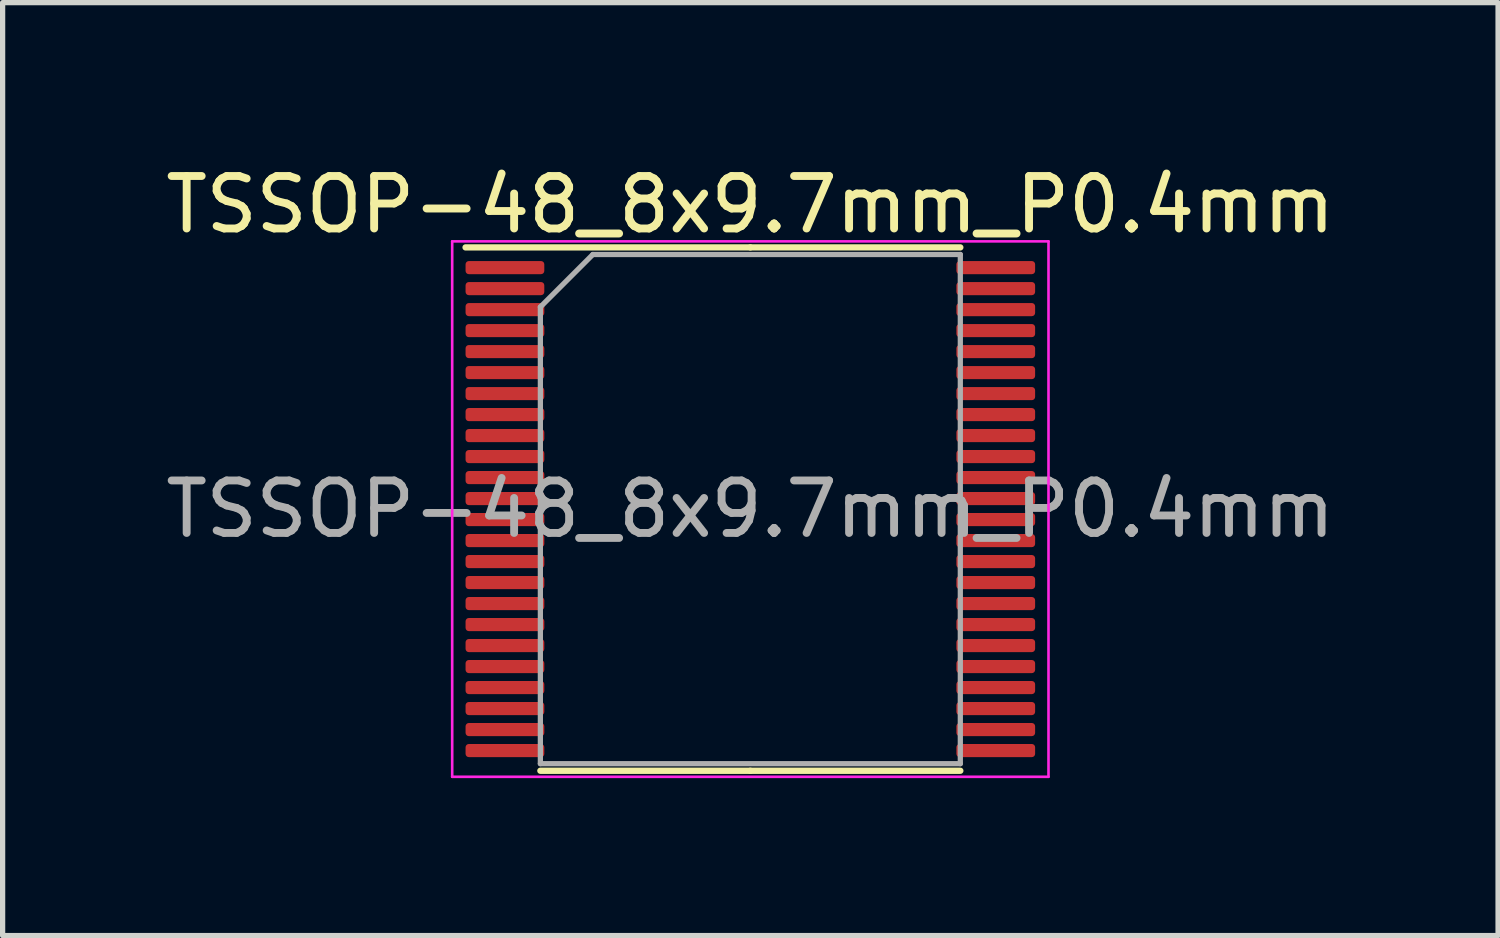
<source format=kicad_pcb>
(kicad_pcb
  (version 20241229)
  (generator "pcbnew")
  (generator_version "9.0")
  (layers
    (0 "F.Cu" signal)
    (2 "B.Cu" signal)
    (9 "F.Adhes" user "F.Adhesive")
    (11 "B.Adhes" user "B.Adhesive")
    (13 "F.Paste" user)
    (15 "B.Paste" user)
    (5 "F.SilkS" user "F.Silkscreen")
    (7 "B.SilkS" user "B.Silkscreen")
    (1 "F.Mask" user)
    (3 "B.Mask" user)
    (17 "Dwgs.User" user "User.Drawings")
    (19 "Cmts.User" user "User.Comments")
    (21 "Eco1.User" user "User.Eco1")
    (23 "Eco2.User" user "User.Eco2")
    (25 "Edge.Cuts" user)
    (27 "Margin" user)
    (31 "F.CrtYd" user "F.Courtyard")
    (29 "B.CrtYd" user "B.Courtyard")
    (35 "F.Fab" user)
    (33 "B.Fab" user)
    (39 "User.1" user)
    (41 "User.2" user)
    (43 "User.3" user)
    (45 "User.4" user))
  (footprint "TSSOP-48_8x9.7mm_P0.4mm"
    (layer "F.Cu")
    (at 11.244 6.648)
    (property "Reference" "TSSOP-48_8x9.7mm_P0.4mm" (at 0 -5.8 0) (layer "F.SilkS") (effects (font (size 1 1) (thickness 0.15))))
    (attr smd)
    (fp_line (start 0 -4.985) (end -5.425 -4.985) (stroke (width 0.12) (type solid)) (layer "F.SilkS"))
    (fp_line (start 0 -4.985) (end 4 -4.985) (stroke (width 0.12) (type solid)) (layer "F.SilkS"))
    (fp_line (start 0 4.985) (end -4 4.985) (stroke (width 0.12) (type solid)) (layer "F.SilkS"))
    (fp_line (start 0 4.985) (end 4 4.985) (stroke (width 0.12) (type solid)) (layer "F.SilkS"))
    (fp_line (start -5.68 -5.1) (end -5.68 5.1) (stroke (width 0.05) (type solid)) (layer "F.CrtYd"))
    (fp_line (start -5.68 5.1) (end 5.68 5.1) (stroke (width 0.05) (type solid)) (layer "F.CrtYd"))
    (fp_line (start 5.68 -5.1) (end -5.68 -5.1) (stroke (width 0.05) (type solid)) (layer "F.CrtYd"))
    (fp_line (start 5.68 5.1) (end 5.68 -5.1) (stroke (width 0.05) (type solid)) (layer "F.CrtYd"))
    (fp_line (start -4 -3.85) (end -3 -4.85) (stroke (width 0.1) (type solid)) (layer "F.Fab"))
    (fp_line (start -4 4.85) (end -4 -3.85) (stroke (width 0.1) (type solid)) (layer "F.Fab"))
    (fp_line (start -3 -4.85) (end 4 -4.85) (stroke (width 0.1) (type solid)) (layer "F.Fab"))
    (fp_line (start 4 -4.85) (end 4 4.85) (stroke (width 0.1) (type solid)) (layer "F.Fab"))
    (fp_line (start 4 4.85) (end -4 4.85) (stroke (width 0.1) (type solid)) (layer "F.Fab"))
    (fp_text user "${REFERENCE}" (at 0 0 0) (layer "F.Fab") (effects (font (size 1 1) (thickness 0.15))))
    (pad "1" smd roundrect (at -4.675 -4.6) (size 1.5 0.25) (layers "F.Cu" "F.Mask" "F.Paste") (roundrect_rratio 0.25))
    (pad "2" smd roundrect (at -4.675 -4.2) (size 1.5 0.25) (layers "F.Cu" "F.Mask" "F.Paste") (roundrect_rratio 0.25))
    (pad "3" smd roundrect (at -4.675 -3.8) (size 1.5 0.25) (layers "F.Cu" "F.Mask" "F.Paste") (roundrect_rratio 0.25))
    (pad "4" smd roundrect (at -4.675 -3.4) (size 1.5 0.25) (layers "F.Cu" "F.Mask" "F.Paste") (roundrect_rratio 0.25))
    (pad "5" smd roundrect (at -4.675 -3) (size 1.5 0.25) (layers "F.Cu" "F.Mask" "F.Paste") (roundrect_rratio 0.25))
    (pad "6" smd roundrect (at -4.675 -2.6) (size 1.5 0.25) (layers "F.Cu" "F.Mask" "F.Paste") (roundrect_rratio 0.25))
    (pad "7" smd roundrect (at -4.675 -2.2) (size 1.5 0.25) (layers "F.Cu" "F.Mask" "F.Paste") (roundrect_rratio 0.25))
    (pad "8" smd roundrect (at -4.675 -1.8) (size 1.5 0.25) (layers "F.Cu" "F.Mask" "F.Paste") (roundrect_rratio 0.25))
    (pad "9" smd roundrect (at -4.675 -1.4) (size 1.5 0.25) (layers "F.Cu" "F.Mask" "F.Paste") (roundrect_rratio 0.25))
    (pad "10" smd roundrect (at -4.675 -1) (size 1.5 0.25) (layers "F.Cu" "F.Mask" "F.Paste") (roundrect_rratio 0.25))
    (pad "11" smd roundrect (at -4.675 -0.6) (size 1.5 0.25) (layers "F.Cu" "F.Mask" "F.Paste") (roundrect_rratio 0.25))
    (pad "12" smd roundrect (at -4.675 -0.2) (size 1.5 0.25) (layers "F.Cu" "F.Mask" "F.Paste") (roundrect_rratio 0.25))
    (pad "13" smd roundrect (at -4.675 0.2) (size 1.5 0.25) (layers "F.Cu" "F.Mask" "F.Paste") (roundrect_rratio 0.25))
    (pad "14" smd roundrect (at -4.675 0.6) (size 1.5 0.25) (layers "F.Cu" "F.Mask" "F.Paste") (roundrect_rratio 0.25))
    (pad "15" smd roundrect (at -4.675 1) (size 1.5 0.25) (layers "F.Cu" "F.Mask" "F.Paste") (roundrect_rratio 0.25))
    (pad "16" smd roundrect (at -4.675 1.4) (size 1.5 0.25) (layers "F.Cu" "F.Mask" "F.Paste") (roundrect_rratio 0.25))
    (pad "17" smd roundrect (at -4.675 1.8) (size 1.5 0.25) (layers "F.Cu" "F.Mask" "F.Paste") (roundrect_rratio 0.25))
    (pad "18" smd roundrect (at -4.675 2.2) (size 1.5 0.25) (layers "F.Cu" "F.Mask" "F.Paste") (roundrect_rratio 0.25))
    (pad "19" smd roundrect (at -4.675 2.6) (size 1.5 0.25) (layers "F.Cu" "F.Mask" "F.Paste") (roundrect_rratio 0.25))
    (pad "20" smd roundrect (at -4.675 3) (size 1.5 0.25) (layers "F.Cu" "F.Mask" "F.Paste") (roundrect_rratio 0.25))
    (pad "21" smd roundrect (at -4.675 3.4) (size 1.5 0.25) (layers "F.Cu" "F.Mask" "F.Paste") (roundrect_rratio 0.25))
    (pad "22" smd roundrect (at -4.675 3.8) (size 1.5 0.25) (layers "F.Cu" "F.Mask" "F.Paste") (roundrect_rratio 0.25))
    (pad "23" smd roundrect (at -4.675 4.2) (size 1.5 0.25) (layers "F.Cu" "F.Mask" "F.Paste") (roundrect_rratio 0.25))
    (pad "24" smd roundrect (at -4.675 4.6) (size 1.5 0.25) (layers "F.Cu" "F.Mask" "F.Paste") (roundrect_rratio 0.25))
    (pad "25" smd roundrect (at 4.675 4.6) (size 1.5 0.25) (layers "F.Cu" "F.Mask" "F.Paste") (roundrect_rratio 0.25))
    (pad "26" smd roundrect (at 4.675 4.2) (size 1.5 0.25) (layers "F.Cu" "F.Mask" "F.Paste") (roundrect_rratio 0.25))
    (pad "27" smd roundrect (at 4.675 3.8) (size 1.5 0.25) (layers "F.Cu" "F.Mask" "F.Paste") (roundrect_rratio 0.25))
    (pad "28" smd roundrect (at 4.675 3.4) (size 1.5 0.25) (layers "F.Cu" "F.Mask" "F.Paste") (roundrect_rratio 0.25))
    (pad "29" smd roundrect (at 4.675 3) (size 1.5 0.25) (layers "F.Cu" "F.Mask" "F.Paste") (roundrect_rratio 0.25))
    (pad "30" smd roundrect (at 4.675 2.6) (size 1.5 0.25) (layers "F.Cu" "F.Mask" "F.Paste") (roundrect_rratio 0.25))
    (pad "31" smd roundrect (at 4.675 2.2) (size 1.5 0.25) (layers "F.Cu" "F.Mask" "F.Paste") (roundrect_rratio 0.25))
    (pad "32" smd roundrect (at 4.675 1.8) (size 1.5 0.25) (layers "F.Cu" "F.Mask" "F.Paste") (roundrect_rratio 0.25))
    (pad "33" smd roundrect (at 4.675 1.4) (size 1.5 0.25) (layers "F.Cu" "F.Mask" "F.Paste") (roundrect_rratio 0.25))
    (pad "34" smd roundrect (at 4.675 1) (size 1.5 0.25) (layers "F.Cu" "F.Mask" "F.Paste") (roundrect_rratio 0.25))
    (pad "35" smd roundrect (at 4.675 0.6) (size 1.5 0.25) (layers "F.Cu" "F.Mask" "F.Paste") (roundrect_rratio 0.25))
    (pad "36" smd roundrect (at 4.675 0.2) (size 1.5 0.25) (layers "F.Cu" "F.Mask" "F.Paste") (roundrect_rratio 0.25))
    (pad "37" smd roundrect (at 4.675 -0.2) (size 1.5 0.25) (layers "F.Cu" "F.Mask" "F.Paste") (roundrect_rratio 0.25))
    (pad "38" smd roundrect (at 4.675 -0.6) (size 1.5 0.25) (layers "F.Cu" "F.Mask" "F.Paste") (roundrect_rratio 0.25))
    (pad "39" smd roundrect (at 4.675 -1) (size 1.5 0.25) (layers "F.Cu" "F.Mask" "F.Paste") (roundrect_rratio 0.25))
    (pad "40" smd roundrect (at 4.675 -1.4) (size 1.5 0.25) (layers "F.Cu" "F.Mask" "F.Paste") (roundrect_rratio 0.25))
    (pad "41" smd roundrect (at 4.675 -1.8) (size 1.5 0.25) (layers "F.Cu" "F.Mask" "F.Paste") (roundrect_rratio 0.25))
    (pad "42" smd roundrect (at 4.675 -2.2) (size 1.5 0.25) (layers "F.Cu" "F.Mask" "F.Paste") (roundrect_rratio 0.25))
    (pad "43" smd roundrect (at 4.675 -2.6) (size 1.5 0.25) (layers "F.Cu" "F.Mask" "F.Paste") (roundrect_rratio 0.25))
    (pad "44" smd roundrect (at 4.675 -3) (size 1.5 0.25) (layers "F.Cu" "F.Mask" "F.Paste") (roundrect_rratio 0.25))
    (pad "45" smd roundrect (at 4.675 -3.4) (size 1.5 0.25) (layers "F.Cu" "F.Mask" "F.Paste") (roundrect_rratio 0.25))
    (pad "46" smd roundrect (at 4.675 -3.8) (size 1.5 0.25) (layers "F.Cu" "F.Mask" "F.Paste") (roundrect_rratio 0.25))
    (pad "47" smd roundrect (at 4.675 -4.2) (size 1.5 0.25) (layers "F.Cu" "F.Mask" "F.Paste") (roundrect_rratio 0.25))
    (pad "48" smd roundrect (at 4.675 -4.6) (size 1.5 0.25) (layers "F.Cu" "F.Mask" "F.Paste") (roundrect_rratio 0.25)))
  (gr_rect
    (start -3 -3)
    (end 25.488 14.773)
    (stroke (width 0.1) (type default))
    (fill no)
    (layer "Edge.Cuts")))
</source>
